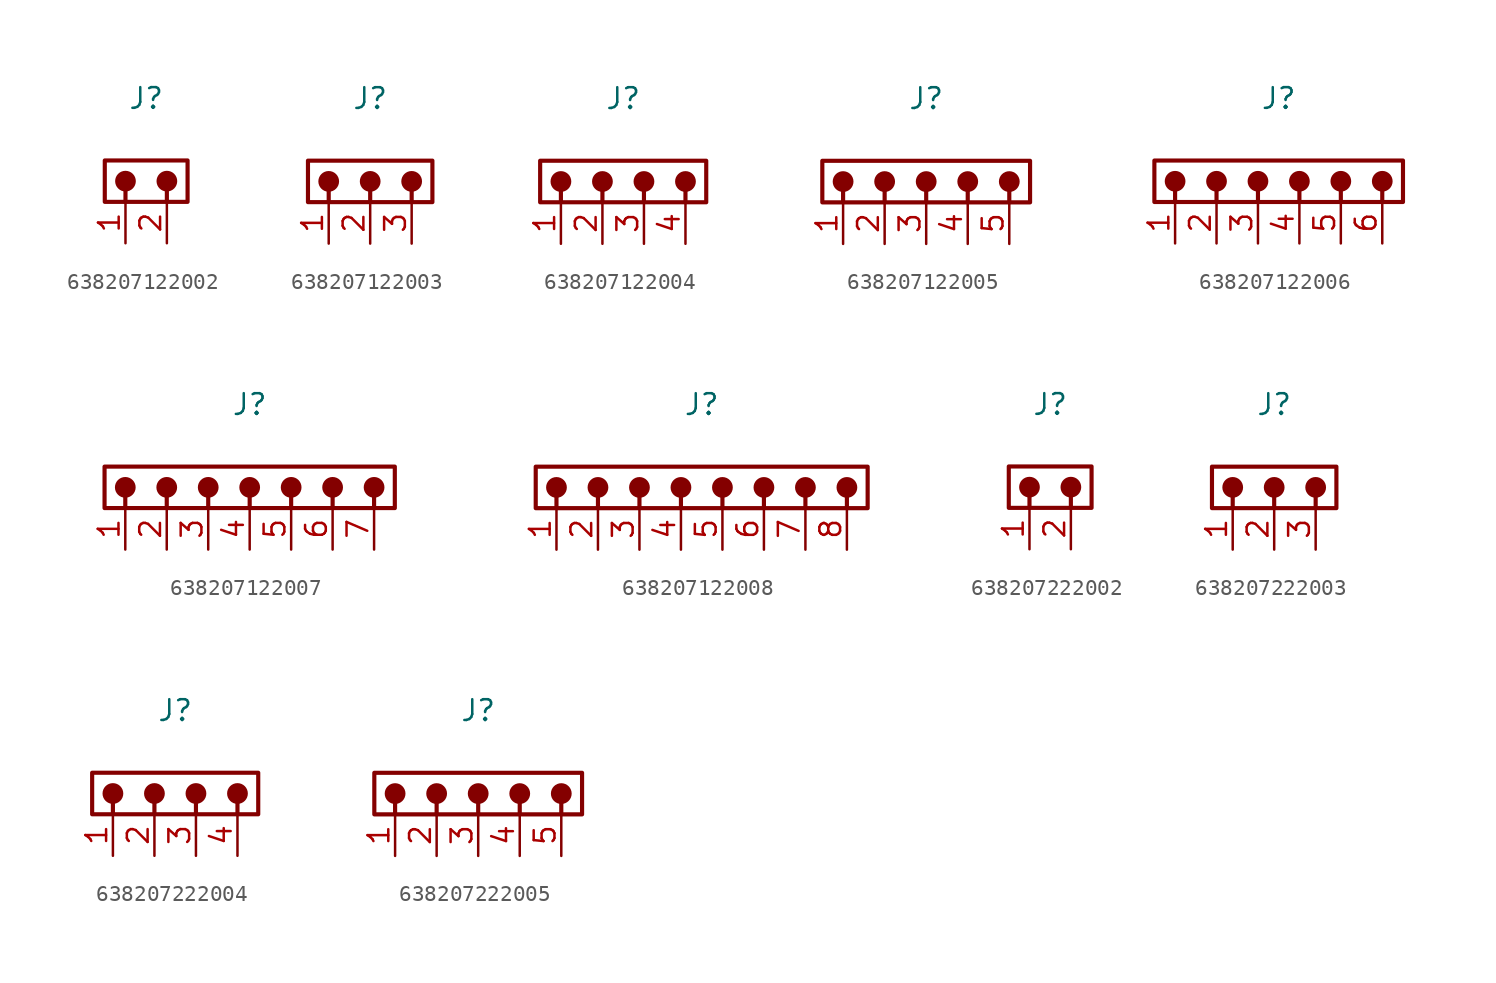
<source format=kicad_sym>
(kicad_symbol_lib
  (version 20241209)
  (generator "kicad_symbol_editor")
  (generator_version "9.0")
  (symbol "638207122002"
    (pin_names
      (hide yes))
    (property "Reference" "J"
      (at 0 5.08 0)
      (effects (font (size 1.27 1.27))))
    (symbol "638207122002_1_1"
      (circle (center -1.27 0) (radius 0.508) (stroke (width 0.254) (type solid)) (fill (type outline)))
      (polyline (pts (xy -1.27 -0.508) (xy -1.27 -1.27)) (stroke (width 0.254) (type solid)) (fill (type none)))
      (circle (center 1.27 0) (radius 0.508) (stroke (width 0.254) (type solid)) (fill (type outline)))
      (polyline (pts (xy 1.27 -0.508) (xy 1.27 -1.27)) (stroke (width 0.254) (type solid)) (fill (type none)))
      (rectangle (start 2.54 1.27) (end -2.54 -1.27) (stroke (width 0.254) (type solid)) (fill (type none)))
      (pin passive line (at -1.27 -3.81 90) (length 2.54) (name "1" (effects (font (size 1.27 1.27)))) (number "1" (effects (font (size 1.27 1.27)))))
      (pin passive line (at 1.27 -3.81 90) (length 2.54) (name "2" (effects (font (size 1.27 1.27)))) (number "2" (effects (font (size 1.27 1.27)))))))
  (symbol "638207122003"
    (pin_names
      (hide yes))
    (property "Reference" "J"
      (at 0 5.08 0)
      (effects (font (size 1.27 1.27))))
    (symbol "638207122003_1_1"
      (rectangle (start -3.81 1.27) (end 3.81 -1.27) (stroke (width 0.254) (type solid)) (fill (type none)))
      (circle (center -2.54 0) (radius 0.508) (stroke (width 0.254) (type solid)) (fill (type outline)))
      (polyline (pts (xy -2.54 -0.508) (xy -2.54 -1.27)) (stroke (width 0.254) (type solid)) (fill (type none)))
      (circle (center 0 0) (radius 0.508) (stroke (width 0.254) (type solid)) (fill (type outline)))
      (polyline (pts (xy 0 -0.508) (xy 0 -1.27)) (stroke (width 0.254) (type solid)) (fill (type none)))
      (circle (center 2.54 0) (radius 0.508) (stroke (width 0.254) (type solid)) (fill (type outline)))
      (polyline (pts (xy 2.54 -0.508) (xy 2.54 -1.27)) (stroke (width 0.254) (type solid)) (fill (type none)))
      (pin passive line (at -2.54 -3.81 90) (length 2.54) (name "1" (effects (font (size 1.27 1.27)))) (number "1" (effects (font (size 1.27 1.27)))))
      (pin passive line (at 0 -3.81 90) (length 2.54) (name "2" (effects (font (size 1.27 1.27)))) (number "2" (effects (font (size 1.27 1.27)))))
      (pin passive line (at 2.54 -3.81 90) (length 2.54) (name "3" (effects (font (size 1.27 1.27)))) (number "3" (effects (font (size 1.27 1.27)))))))
  (symbol "638207122004"
    (pin_names
      (hide yes))
    (property "Reference" "J"
      (at 0 5.08 0)
      (effects (font (size 1.27 1.27))))
    (symbol "638207122004_1_1"
      (rectangle (start -5.08 1.27) (end 5.08 -1.27) (stroke (width 0.254) (type solid)) (fill (type none)))
      (circle (center -3.81 0) (radius 0.508) (stroke (width 0.254) (type solid)) (fill (type outline)))
      (polyline (pts (xy -3.81 -0.508) (xy -3.81 -1.27)) (stroke (width 0.254) (type solid)) (fill (type none)))
      (circle (center -1.27 0) (radius 0.508) (stroke (width 0.254) (type solid)) (fill (type outline)))
      (polyline (pts (xy -1.27 -0.508) (xy -1.27 -1.27)) (stroke (width 0.254) (type solid)) (fill (type none)))
      (circle (center 1.27 0) (radius 0.508) (stroke (width 0.254) (type solid)) (fill (type outline)))
      (polyline (pts (xy 1.27 -0.508) (xy 1.27 -1.27)) (stroke (width 0.254) (type solid)) (fill (type none)))
      (circle (center 3.81 0) (radius 0.508) (stroke (width 0.254) (type solid)) (fill (type outline)))
      (polyline (pts (xy 3.81 -0.508) (xy 3.81 -1.27)) (stroke (width 0.254) (type solid)) (fill (type none)))
      (pin passive line (at -3.81 -3.81 90) (length 2.54) (name "1" (effects (font (size 1.27 1.27)))) (number "1" (effects (font (size 1.27 1.27)))))
      (pin passive line (at -1.27 -3.81 90) (length 2.54) (name "2" (effects (font (size 1.27 1.27)))) (number "2" (effects (font (size 1.27 1.27)))))
      (pin passive line (at 1.27 -3.81 90) (length 2.54) (name "3" (effects (font (size 1.27 1.27)))) (number "3" (effects (font (size 1.27 1.27)))))
      (pin passive line (at 3.81 -3.81 90) (length 2.54) (name "4" (effects (font (size 1.27 1.27)))) (number "4" (effects (font (size 1.27 1.27)))))))
  (symbol "638207122005"
    (pin_names
      (hide yes))
    (property "Reference" "J"
      (at 0 5.08 0)
      (effects (font (size 1.27 1.27))))
    (symbol "638207122005_1_1"
      (rectangle (start -6.35 1.27) (end 6.35 -1.27) (stroke (width 0.254) (type solid)) (fill (type none)))
      (circle (center -5.08 0) (radius 0.508) (stroke (width 0.254) (type solid)) (fill (type outline)))
      (polyline (pts (xy -5.08 -0.508) (xy -5.08 -1.27)) (stroke (width 0.254) (type solid)) (fill (type none)))
      (circle (center -2.54 0) (radius 0.508) (stroke (width 0.254) (type solid)) (fill (type outline)))
      (polyline (pts (xy -2.54 -0.508) (xy -2.54 -1.27)) (stroke (width 0.254) (type solid)) (fill (type none)))
      (circle (center 0 0) (radius 0.508) (stroke (width 0.254) (type solid)) (fill (type outline)))
      (polyline (pts (xy 0 -0.508) (xy 0 -1.27)) (stroke (width 0.254) (type solid)) (fill (type none)))
      (circle (center 2.54 0) (radius 0.508) (stroke (width 0.254) (type solid)) (fill (type outline)))
      (polyline (pts (xy 2.54 -0.508) (xy 2.54 -1.27)) (stroke (width 0.254) (type solid)) (fill (type none)))
      (circle (center 5.08 0) (radius 0.508) (stroke (width 0.254) (type solid)) (fill (type outline)))
      (polyline (pts (xy 5.08 -0.508) (xy 5.08 -1.27)) (stroke (width 0.254) (type solid)) (fill (type none)))
      (pin passive line (at -5.08 -3.81 90) (length 2.54) (name "1" (effects (font (size 1.27 1.27)))) (number "1" (effects (font (size 1.27 1.27)))))
      (pin passive line (at -2.54 -3.81 90) (length 2.54) (name "2" (effects (font (size 1.27 1.27)))) (number "2" (effects (font (size 1.27 1.27)))))
      (pin passive line (at 0 -3.81 90) (length 2.54) (name "3" (effects (font (size 1.27 1.27)))) (number "3" (effects (font (size 1.27 1.27)))))
      (pin passive line (at 2.54 -3.81 90) (length 2.54) (name "4" (effects (font (size 1.27 1.27)))) (number "4" (effects (font (size 1.27 1.27)))))
      (pin passive line (at 5.08 -3.81 90) (length 2.54) (name "5" (effects (font (size 1.27 1.27)))) (number "5" (effects (font (size 1.27 1.27)))))))
  (symbol "638207122006"
    (pin_names
      (hide yes))
    (property "Reference" "J"
      (at 0 5.08 0)
      (effects (font (size 1.27 1.27))))
    (symbol "638207122006_1_1"
      (rectangle (start -7.62 1.27) (end 7.62 -1.27) (stroke (width 0.254) (type solid)) (fill (type none)))
      (circle (center -6.35 0) (radius 0.508) (stroke (width 0.254) (type solid)) (fill (type outline)))
      (polyline (pts (xy -6.35 -0.508) (xy -6.35 -1.27)) (stroke (width 0.254) (type solid)) (fill (type none)))
      (circle (center -3.81 0) (radius 0.508) (stroke (width 0.254) (type solid)) (fill (type outline)))
      (polyline (pts (xy -3.81 -0.508) (xy -3.81 -1.27)) (stroke (width 0.254) (type solid)) (fill (type none)))
      (circle (center -1.27 0) (radius 0.508) (stroke (width 0.254) (type solid)) (fill (type outline)))
      (polyline (pts (xy -1.27 -0.508) (xy -1.27 -1.27)) (stroke (width 0.254) (type solid)) (fill (type none)))
      (circle (center 1.27 0) (radius 0.508) (stroke (width 0.254) (type solid)) (fill (type outline)))
      (polyline (pts (xy 1.27 -0.508) (xy 1.27 -1.27)) (stroke (width 0.254) (type solid)) (fill (type none)))
      (circle (center 3.81 0) (radius 0.508) (stroke (width 0.254) (type solid)) (fill (type outline)))
      (polyline (pts (xy 3.81 -0.508) (xy 3.81 -1.27)) (stroke (width 0.254) (type solid)) (fill (type none)))
      (circle (center 6.35 0) (radius 0.508) (stroke (width 0.254) (type solid)) (fill (type outline)))
      (polyline (pts (xy 6.35 -0.508) (xy 6.35 -1.27)) (stroke (width 0.254) (type solid)) (fill (type none)))
      (pin passive line (at -6.35 -3.81 90) (length 2.54) (name "1" (effects (font (size 1.27 1.27)))) (number "1" (effects (font (size 1.27 1.27)))))
      (pin passive line (at -3.81 -3.81 90) (length 2.54) (name "2" (effects (font (size 1.27 1.27)))) (number "2" (effects (font (size 1.27 1.27)))))
      (pin passive line (at -1.27 -3.81 90) (length 2.54) (name "3" (effects (font (size 1.27 1.27)))) (number "3" (effects (font (size 1.27 1.27)))))
      (pin passive line (at 1.27 -3.81 90) (length 2.54) (name "4" (effects (font (size 1.27 1.27)))) (number "4" (effects (font (size 1.27 1.27)))))
      (pin passive line (at 3.81 -3.81 90) (length 2.54) (name "5" (effects (font (size 1.27 1.27)))) (number "5" (effects (font (size 1.27 1.27)))))
      (pin passive line (at 6.35 -3.81 90) (length 2.54) (name "6" (effects (font (size 1.27 1.27)))) (number "6" (effects (font (size 1.27 1.27)))))))
  (symbol "638207122007"
    (pin_names
      (hide yes))
    (property "Reference" "J"
      (at 0 5.08 0)
      (effects (font (size 1.27 1.27))))
    (symbol "638207122007_1_1"
      (rectangle (start -8.89 1.27) (end 8.89 -1.27) (stroke (width 0.254) (type solid)) (fill (type none)))
      (circle (center -7.62 0) (radius 0.508) (stroke (width 0.254) (type solid)) (fill (type outline)))
      (polyline (pts (xy -7.62 -0.508) (xy -7.62 -1.27)) (stroke (width 0.254) (type solid)) (fill (type none)))
      (circle (center -5.08 0) (radius 0.508) (stroke (width 0.254) (type solid)) (fill (type outline)))
      (polyline (pts (xy -5.08 -0.508) (xy -5.08 -1.27)) (stroke (width 0.254) (type solid)) (fill (type none)))
      (circle (center -2.54 0) (radius 0.508) (stroke (width 0.254) (type solid)) (fill (type outline)))
      (polyline (pts (xy -2.54 -0.508) (xy -2.54 -1.27)) (stroke (width 0.254) (type solid)) (fill (type none)))
      (circle (center 0 0) (radius 0.508) (stroke (width 0.254) (type solid)) (fill (type outline)))
      (polyline (pts (xy 0 -0.508) (xy 0 -1.27)) (stroke (width 0.254) (type solid)) (fill (type none)))
      (circle (center 2.54 0) (radius 0.508) (stroke (width 0.254) (type solid)) (fill (type outline)))
      (polyline (pts (xy 2.54 -0.508) (xy 2.54 -1.27)) (stroke (width 0.254) (type solid)) (fill (type none)))
      (circle (center 5.08 0) (radius 0.508) (stroke (width 0.254) (type solid)) (fill (type outline)))
      (polyline (pts (xy 5.08 -0.508) (xy 5.08 -1.27)) (stroke (width 0.254) (type solid)) (fill (type none)))
      (circle (center 7.62 0) (radius 0.508) (stroke (width 0.254) (type solid)) (fill (type outline)))
      (polyline (pts (xy 7.62 -0.508) (xy 7.62 -1.27)) (stroke (width 0.254) (type solid)) (fill (type none)))
      (pin passive line (at -7.62 -3.81 90) (length 2.54) (name "1" (effects (font (size 1.27 1.27)))) (number "1" (effects (font (size 1.27 1.27)))))
      (pin passive line (at -5.08 -3.81 90) (length 2.54) (name "2" (effects (font (size 1.27 1.27)))) (number "2" (effects (font (size 1.27 1.27)))))
      (pin passive line (at -2.54 -3.81 90) (length 2.54) (name "3" (effects (font (size 1.27 1.27)))) (number "3" (effects (font (size 1.27 1.27)))))
      (pin passive line (at 0 -3.81 90) (length 2.54) (name "4" (effects (font (size 1.27 1.27)))) (number "4" (effects (font (size 1.27 1.27)))))
      (pin passive line (at 2.54 -3.81 90) (length 2.54) (name "5" (effects (font (size 1.27 1.27)))) (number "5" (effects (font (size 1.27 1.27)))))
      (pin passive line (at 5.08 -3.81 90) (length 2.54) (name "6" (effects (font (size 1.27 1.27)))) (number "6" (effects (font (size 1.27 1.27)))))
      (pin passive line (at 7.62 -3.81 90) (length 2.54) (name "7" (effects (font (size 1.27 1.27)))) (number "7" (effects (font (size 1.27 1.27)))))))
  (symbol "638207122008"
    (pin_names
      (hide yes))
    (property "Reference" "J"
      (at 0 5.08 0)
      (effects (font (size 1.27 1.27))))
    (symbol "638207122008_1_1"
      (rectangle (start -10.16 1.27) (end 10.16 -1.27) (stroke (width 0.254) (type solid)) (fill (type none)))
      (circle (center -8.89 0) (radius 0.508) (stroke (width 0.254) (type solid)) (fill (type outline)))
      (polyline (pts (xy -8.89 -0.508) (xy -8.89 -1.27)) (stroke (width 0.254) (type solid)) (fill (type none)))
      (circle (center -6.35 0) (radius 0.508) (stroke (width 0.254) (type solid)) (fill (type outline)))
      (polyline (pts (xy -6.35 -0.508) (xy -6.35 -1.27)) (stroke (width 0.254) (type solid)) (fill (type none)))
      (circle (center -3.81 0) (radius 0.508) (stroke (width 0.254) (type solid)) (fill (type outline)))
      (polyline (pts (xy -3.81 -0.508) (xy -3.81 -1.27)) (stroke (width 0.254) (type solid)) (fill (type none)))
      (circle (center -1.27 0) (radius 0.508) (stroke (width 0.254) (type solid)) (fill (type outline)))
      (polyline (pts (xy -1.27 -0.508) (xy -1.27 -1.27)) (stroke (width 0.254) (type solid)) (fill (type none)))
      (circle (center 1.27 0) (radius 0.508) (stroke (width 0.254) (type solid)) (fill (type outline)))
      (polyline (pts (xy 1.27 -0.508) (xy 1.27 -1.27)) (stroke (width 0.254) (type solid)) (fill (type none)))
      (circle (center 3.81 0) (radius 0.508) (stroke (width 0.254) (type solid)) (fill (type outline)))
      (polyline (pts (xy 3.81 -0.508) (xy 3.81 -1.27)) (stroke (width 0.254) (type solid)) (fill (type none)))
      (circle (center 6.35 0) (radius 0.508) (stroke (width 0.254) (type solid)) (fill (type outline)))
      (polyline (pts (xy 6.35 -0.508) (xy 6.35 -1.27)) (stroke (width 0.254) (type solid)) (fill (type none)))
      (circle (center 8.89 0) (radius 0.508) (stroke (width 0.254) (type solid)) (fill (type outline)))
      (polyline (pts (xy 8.89 -0.508) (xy 8.89 -1.27)) (stroke (width 0.254) (type solid)) (fill (type none)))
      (pin passive line (at -8.89 -3.81 90) (length 2.54) (name "1" (effects (font (size 1.27 1.27)))) (number "1" (effects (font (size 1.27 1.27)))))
      (pin passive line (at -6.35 -3.81 90) (length 2.54) (name "2" (effects (font (size 1.27 1.27)))) (number "2" (effects (font (size 1.27 1.27)))))
      (pin passive line (at -3.81 -3.81 90) (length 2.54) (name "3" (effects (font (size 1.27 1.27)))) (number "3" (effects (font (size 1.27 1.27)))))
      (pin passive line (at -1.27 -3.81 90) (length 2.54) (name "4" (effects (font (size 1.27 1.27)))) (number "4" (effects (font (size 1.27 1.27)))))
      (pin passive line (at 1.27 -3.81 90) (length 2.54) (name "5" (effects (font (size 1.27 1.27)))) (number "5" (effects (font (size 1.27 1.27)))))
      (pin passive line (at 3.81 -3.81 90) (length 2.54) (name "6" (effects (font (size 1.27 1.27)))) (number "6" (effects (font (size 1.27 1.27)))))
      (pin passive line (at 6.35 -3.81 90) (length 2.54) (name "7" (effects (font (size 1.27 1.27)))) (number "7" (effects (font (size 1.27 1.27)))))
      (pin passive line (at 8.89 -3.81 90) (length 2.54) (name "8" (effects (font (size 1.27 1.27)))) (number "8" (effects (font (size 1.27 1.27)))))))
  (symbol "638207222002"
    (pin_names
      (hide yes))
    (property "Reference" "J"
      (at 0 5.08 0)
      (effects (font (size 1.27 1.27))))
    (symbol "638207222002_1_1"
      (circle (center -1.27 0) (radius 0.508) (stroke (width 0.254) (type solid)) (fill (type outline)))
      (polyline (pts (xy -1.27 -0.508) (xy -1.27 -1.27)) (stroke (width 0.254) (type solid)) (fill (type none)))
      (circle (center 1.27 0) (radius 0.508) (stroke (width 0.254) (type solid)) (fill (type outline)))
      (polyline (pts (xy 1.27 -0.508) (xy 1.27 -1.27)) (stroke (width 0.254) (type solid)) (fill (type none)))
      (rectangle (start 2.54 1.27) (end -2.54 -1.27) (stroke (width 0.254) (type solid)) (fill (type none)))
      (pin passive line (at -1.27 -3.81 90) (length 2.54) (name "1" (effects (font (size 1.27 1.27)))) (number "1" (effects (font (size 1.27 1.27)))))
      (pin passive line (at 1.27 -3.81 90) (length 2.54) (name "2" (effects (font (size 1.27 1.27)))) (number "2" (effects (font (size 1.27 1.27)))))))
  (symbol "638207222003"
    (pin_names
      (hide yes))
    (property "Reference" "J"
      (at 0 5.08 0)
      (effects (font (size 1.27 1.27))))
    (symbol "638207222003_1_1"
      (rectangle (start -3.81 1.27) (end 3.81 -1.27) (stroke (width 0.254) (type solid)) (fill (type none)))
      (circle (center -2.54 0) (radius 0.508) (stroke (width 0.254) (type solid)) (fill (type outline)))
      (polyline (pts (xy -2.54 -0.508) (xy -2.54 -1.27)) (stroke (width 0.254) (type solid)) (fill (type none)))
      (circle (center 0 0) (radius 0.508) (stroke (width 0.254) (type solid)) (fill (type outline)))
      (polyline (pts (xy 0 -0.508) (xy 0 -1.27)) (stroke (width 0.254) (type solid)) (fill (type none)))
      (circle (center 2.54 0) (radius 0.508) (stroke (width 0.254) (type solid)) (fill (type outline)))
      (polyline (pts (xy 2.54 -0.508) (xy 2.54 -1.27)) (stroke (width 0.254) (type solid)) (fill (type none)))
      (pin passive line (at -2.54 -3.81 90) (length 2.54) (name "1" (effects (font (size 1.27 1.27)))) (number "1" (effects (font (size 1.27 1.27)))))
      (pin passive line (at 0 -3.81 90) (length 2.54) (name "2" (effects (font (size 1.27 1.27)))) (number "2" (effects (font (size 1.27 1.27)))))
      (pin passive line (at 2.54 -3.81 90) (length 2.54) (name "3" (effects (font (size 1.27 1.27)))) (number "3" (effects (font (size 1.27 1.27)))))))
  (symbol "638207222004"
    (pin_names
      (hide yes))
    (property "Reference" "J"
      (at 0 5.08 0)
      (effects (font (size 1.27 1.27))))
    (symbol "638207222004_1_1"
      (rectangle (start -5.08 1.27) (end 5.08 -1.27) (stroke (width 0.254) (type solid)) (fill (type none)))
      (circle (center -3.81 0) (radius 0.508) (stroke (width 0.254) (type solid)) (fill (type outline)))
      (polyline (pts (xy -3.81 -0.508) (xy -3.81 -1.27)) (stroke (width 0.254) (type solid)) (fill (type none)))
      (circle (center -1.27 0) (radius 0.508) (stroke (width 0.254) (type solid)) (fill (type outline)))
      (polyline (pts (xy -1.27 -0.508) (xy -1.27 -1.27)) (stroke (width 0.254) (type solid)) (fill (type none)))
      (circle (center 1.27 0) (radius 0.508) (stroke (width 0.254) (type solid)) (fill (type outline)))
      (polyline (pts (xy 1.27 -0.508) (xy 1.27 -1.27)) (stroke (width 0.254) (type solid)) (fill (type none)))
      (circle (center 3.81 0) (radius 0.508) (stroke (width 0.254) (type solid)) (fill (type outline)))
      (polyline (pts (xy 3.81 -0.508) (xy 3.81 -1.27)) (stroke (width 0.254) (type solid)) (fill (type none)))
      (pin passive line (at -3.81 -3.81 90) (length 2.54) (name "1" (effects (font (size 1.27 1.27)))) (number "1" (effects (font (size 1.27 1.27)))))
      (pin passive line (at -1.27 -3.81 90) (length 2.54) (name "2" (effects (font (size 1.27 1.27)))) (number "2" (effects (font (size 1.27 1.27)))))
      (pin passive line (at 1.27 -3.81 90) (length 2.54) (name "3" (effects (font (size 1.27 1.27)))) (number "3" (effects (font (size 1.27 1.27)))))
      (pin passive line (at 3.81 -3.81 90) (length 2.54) (name "4" (effects (font (size 1.27 1.27)))) (number "4" (effects (font (size 1.27 1.27)))))))
  (symbol "638207222005"
    (pin_names
      (hide yes))
    (property "Reference" "J"
      (at 0 5.08 0)
      (effects (font (size 1.27 1.27))))
    (symbol "638207222005_1_1"
      (rectangle (start -6.35 1.27) (end 6.35 -1.27) (stroke (width 0.254) (type solid)) (fill (type none)))
      (circle (center -5.08 0) (radius 0.508) (stroke (width 0.254) (type solid)) (fill (type outline)))
      (polyline (pts (xy -5.08 -0.508) (xy -5.08 -1.27)) (stroke (width 0.254) (type solid)) (fill (type none)))
      (circle (center -2.54 0) (radius 0.508) (stroke (width 0.254) (type solid)) (fill (type outline)))
      (polyline (pts (xy -2.54 -0.508) (xy -2.54 -1.27)) (stroke (width 0.254) (type solid)) (fill (type none)))
      (circle (center 0 0) (radius 0.508) (stroke (width 0.254) (type solid)) (fill (type outline)))
      (polyline (pts (xy 0 -0.508) (xy 0 -1.27)) (stroke (width 0.254) (type solid)) (fill (type none)))
      (circle (center 2.54 0) (radius 0.508) (stroke (width 0.254) (type solid)) (fill (type outline)))
      (polyline (pts (xy 2.54 -0.508) (xy 2.54 -1.27)) (stroke (width 0.254) (type solid)) (fill (type none)))
      (circle (center 5.08 0) (radius 0.508) (stroke (width 0.254) (type solid)) (fill (type outline)))
      (polyline (pts (xy 5.08 -0.508) (xy 5.08 -1.27)) (stroke (width 0.254) (type solid)) (fill (type none)))
      (pin passive line (at -5.08 -3.81 90) (length 2.54) (name "1" (effects (font (size 1.27 1.27)))) (number "1" (effects (font (size 1.27 1.27)))))
      (pin passive line (at -2.54 -3.81 90) (length 2.54) (name "2" (effects (font (size 1.27 1.27)))) (number "2" (effects (font (size 1.27 1.27)))))
      (pin passive line (at 0 -3.81 90) (length 2.54) (name "3" (effects (font (size 1.27 1.27)))) (number "3" (effects (font (size 1.27 1.27)))))
      (pin passive line (at 2.54 -3.81 90) (length 2.54) (name "4" (effects (font (size 1.27 1.27)))) (number "4" (effects (font (size 1.27 1.27)))))
      (pin passive line (at 5.08 -3.81 90) (length 2.54) (name "5" (effects (font (size 1.27 1.27)))) (number "5" (effects (font (size 1.27 1.27))))))))
</source>
